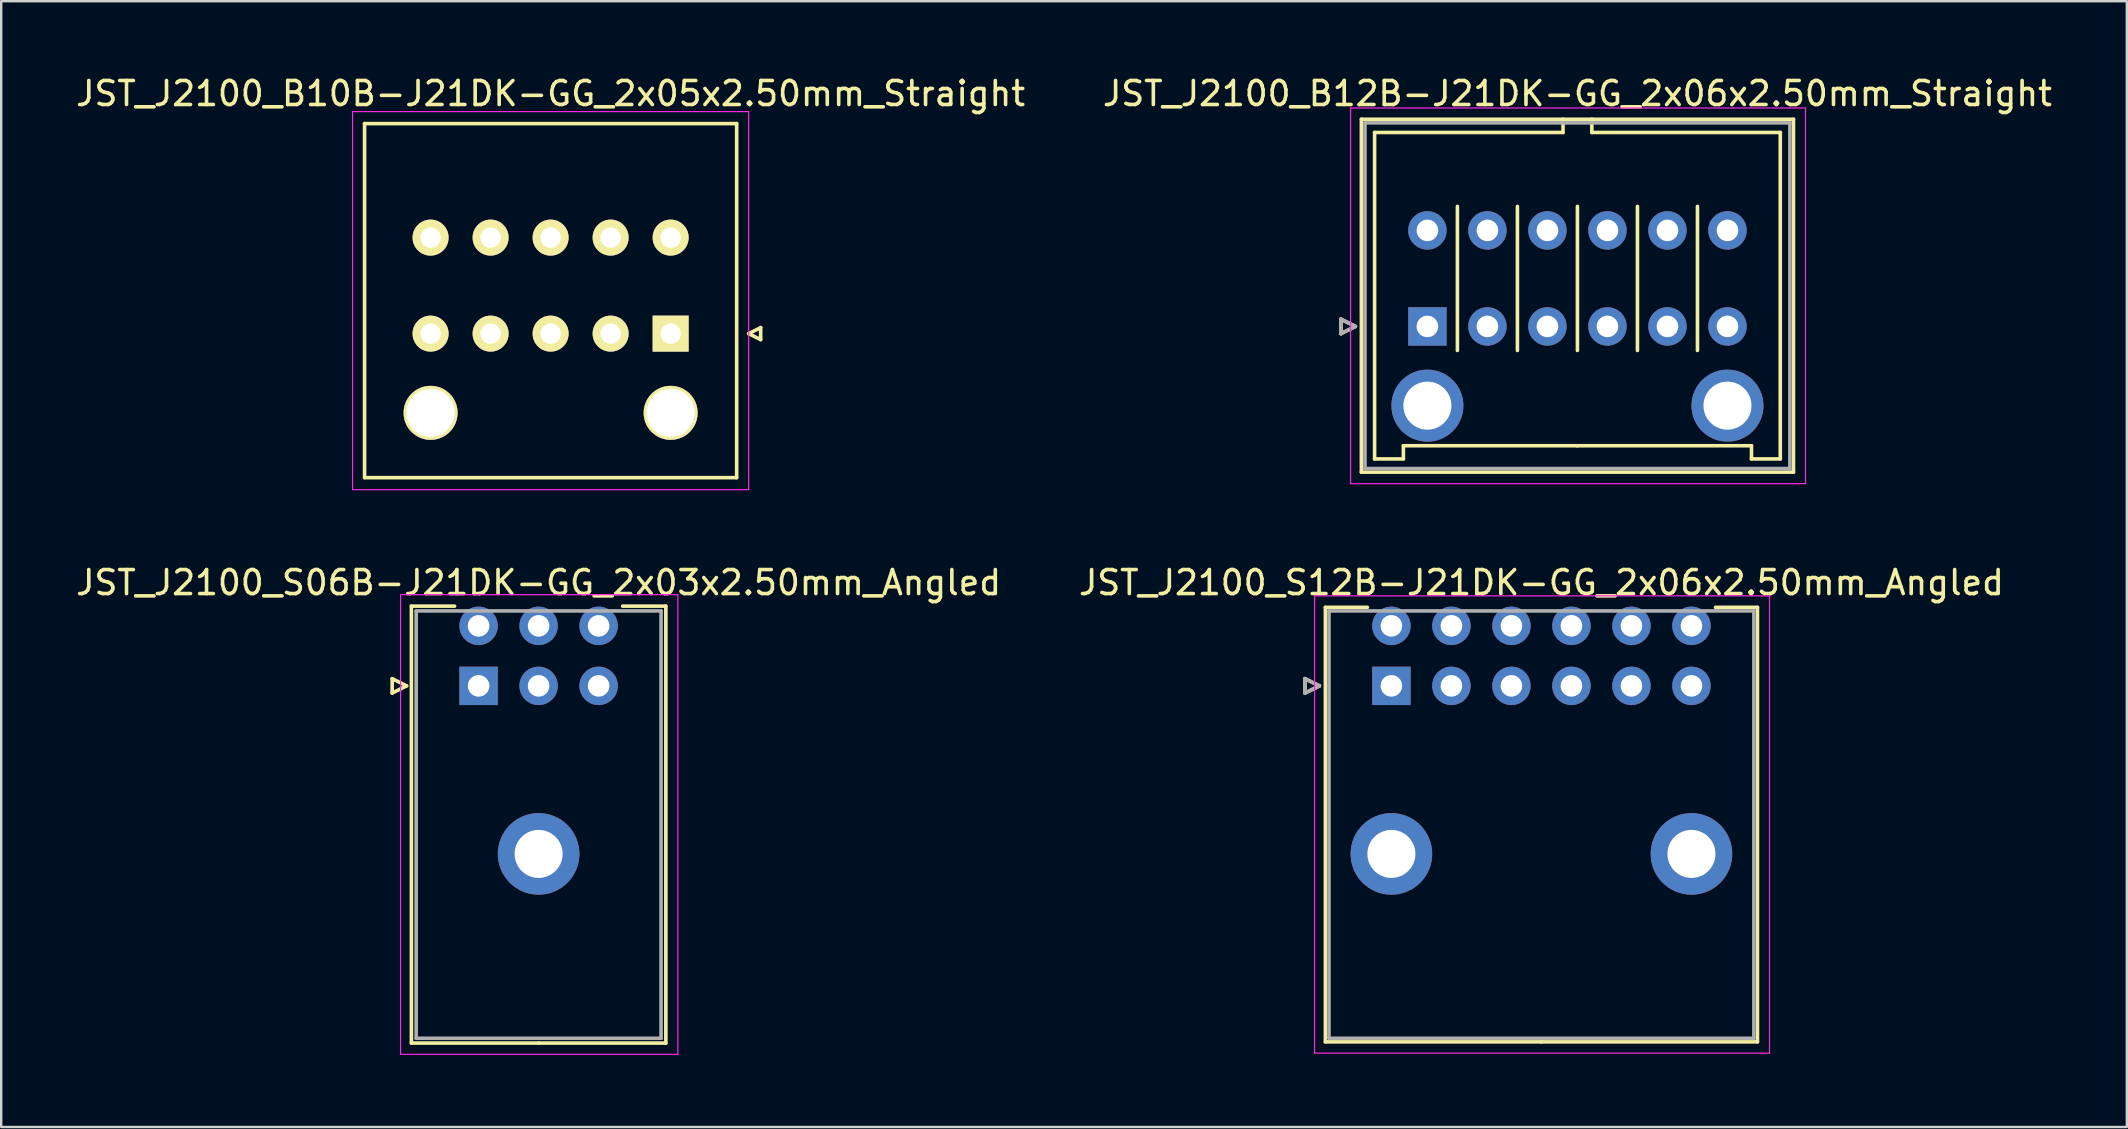
<source format=kicad_pcb>
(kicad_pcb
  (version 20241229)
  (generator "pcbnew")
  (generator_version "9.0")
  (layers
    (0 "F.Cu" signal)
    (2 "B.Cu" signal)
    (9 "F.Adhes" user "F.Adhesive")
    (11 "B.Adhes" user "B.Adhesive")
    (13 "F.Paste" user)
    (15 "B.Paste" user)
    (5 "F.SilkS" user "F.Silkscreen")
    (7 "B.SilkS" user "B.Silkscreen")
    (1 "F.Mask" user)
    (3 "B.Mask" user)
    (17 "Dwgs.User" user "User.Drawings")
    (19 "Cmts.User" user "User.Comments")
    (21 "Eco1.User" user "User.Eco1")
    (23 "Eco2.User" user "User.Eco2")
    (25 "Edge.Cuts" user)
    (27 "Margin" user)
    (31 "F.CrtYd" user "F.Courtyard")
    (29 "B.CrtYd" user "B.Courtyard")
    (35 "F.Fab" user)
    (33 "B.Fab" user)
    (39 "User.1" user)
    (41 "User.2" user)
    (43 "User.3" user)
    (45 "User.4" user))
  (footprint "JST_J2100_B12B-J21DK-GG_2x06x2.50mm_Straight"
    (layer "F.Cu")
    (at 56.411 10.548)
    (property "Reference" "JST_J2100_B12B-J21DK-GG_2x06x2.50mm_Straight" (at 6.25 -9.7 0) (layer "F.SilkS") (effects (font (size 1 1) (thickness 0.15))))
    (attr through_hole)
    (fp_line (start -3.6 -0.3) (end -3 0) (stroke (width 0.15) (type solid)) (layer "F.SilkS"))
    (fp_line (start -3.6 0.3) (end -3.6 -0.3) (stroke (width 0.15) (type solid)) (layer "F.SilkS"))
    (fp_line (start -3 0) (end -3.6 0.3) (stroke (width 0.15) (type solid)) (layer "F.SilkS"))
    (fp_line (start -2.75 -8.63) (end -2.75 6.07) (stroke (width 0.15) (type solid)) (layer "F.SilkS"))
    (fp_line (start -2.75 6.07) (end 15.25 6.07) (stroke (width 0.15) (type solid)) (layer "F.SilkS"))
    (fp_line (start -2.2 -8.08) (end -2.2 5.52) (stroke (width 0.15) (type solid)) (layer "F.SilkS"))
    (fp_line (start -2.2 5.52) (end -1 5.52) (stroke (width 0.15) (type solid)) (layer "F.SilkS"))
    (fp_line (start -1 4.97) (end 6.25 4.97) (stroke (width 0.15) (type solid)) (layer "F.SilkS"))
    (fp_line (start -1 5.52) (end -1 4.97) (stroke (width 0.15) (type solid)) (layer "F.SilkS"))
    (fp_line (start 1.25 1) (end 1.25 -5) (stroke (width 0.15) (type solid)) (layer "F.SilkS"))
    (fp_line (start 3.75 1) (end 3.75 -5) (stroke (width 0.15) (type solid)) (layer "F.SilkS"))
    (fp_line (start 5.65 -8.63) (end 5.65 -8.08) (stroke (width 0.15) (type solid)) (layer "F.SilkS"))
    (fp_line (start 5.65 -8.08) (end -2.2 -8.08) (stroke (width 0.15) (type solid)) (layer "F.SilkS"))
    (fp_line (start 6.25 1) (end 6.25 -5) (stroke (width 0.15) (type solid)) (layer "F.SilkS"))
    (fp_line (start 6.85 -8.63) (end 6.85 -8.08) (stroke (width 0.15) (type solid)) (layer "F.SilkS"))
    (fp_line (start 6.85 -8.08) (end 14.7 -8.08) (stroke (width 0.15) (type solid)) (layer "F.SilkS"))
    (fp_line (start 8.75 1) (end 8.75 -5) (stroke (width 0.15) (type solid)) (layer "F.SilkS"))
    (fp_line (start 11.25 1) (end 11.25 -5) (stroke (width 0.15) (type solid)) (layer "F.SilkS"))
    (fp_line (start 13.5 4.97) (end 6.25 4.97) (stroke (width 0.15) (type solid)) (layer "F.SilkS"))
    (fp_line (start 13.5 5.52) (end 13.5 4.97) (stroke (width 0.15) (type solid)) (layer "F.SilkS"))
    (fp_line (start 14.7 -8.08) (end 14.7 5.52) (stroke (width 0.15) (type solid)) (layer "F.SilkS"))
    (fp_line (start 14.7 5.52) (end 13.5 5.52) (stroke (width 0.15) (type solid)) (layer "F.SilkS"))
    (fp_line (start 15.25 -8.63) (end -2.75 -8.63) (stroke (width 0.15) (type solid)) (layer "F.SilkS"))
    (fp_line (start 15.25 6.07) (end 15.25 -8.63) (stroke (width 0.15) (type solid)) (layer "F.SilkS"))
    (fp_line (start -3.2 -9.1) (end -3.2 6.55) (stroke (width 0.05) (type solid)) (layer "F.CrtYd"))
    (fp_line (start -3.2 6.55) (end 15.75 6.55) (stroke (width 0.05) (type solid)) (layer "F.CrtYd"))
    (fp_line (start 15.75 -9.1) (end -3.2 -9.1) (stroke (width 0.05) (type solid)) (layer "F.CrtYd"))
    (fp_line (start 15.75 6.55) (end 15.75 -9.1) (stroke (width 0.05) (type solid)) (layer "F.CrtYd"))
    (fp_line (start -3.6 -0.3) (end -3 0) (stroke (width 0.15) (type solid)) (layer "F.Fab"))
    (fp_line (start -3.6 0.3) (end -3.6 -0.3) (stroke (width 0.15) (type solid)) (layer "F.Fab"))
    (fp_line (start -3 0) (end -3.6 0.3) (stroke (width 0.15) (type solid)) (layer "F.Fab"))
    (fp_line (start -2.6 -8.48) (end -2.6 5.92) (stroke (width 0.15) (type solid)) (layer "F.Fab"))
    (fp_line (start -2.6 5.92) (end 15.1 5.92) (stroke (width 0.15) (type solid)) (layer "F.Fab"))
    (fp_line (start 15.1 -8.48) (end -2.6 -8.48) (stroke (width 0.15) (type solid)) (layer "F.Fab"))
    (fp_line (start 15.1 5.92) (end 15.1 -8.48) (stroke (width 0.15) (type solid)) (layer "F.Fab"))
    (pad "" thru_hole circle (at 0 3.3) (size 3 3) (drill 2) (layers "*.Cu" "*.Mask"))
    (pad "" thru_hole circle (at 12.5 3.3) (size 3 3) (drill 2) (layers "*.Cu" "*.Mask"))
    (pad "1" thru_hole rect (at 0 0) (size 1.6 1.6) (drill 0.9) (layers "*.Cu" "*.Mask"))
    (pad "2" thru_hole circle (at 0 -4) (size 1.6 1.6) (drill 0.9) (layers "*.Cu" "*.Mask"))
    (pad "3" thru_hole circle (at 2.5 0) (size 1.6 1.6) (drill 0.9) (layers "*.Cu" "*.Mask"))
    (pad "4" thru_hole circle (at 2.5 -4) (size 1.6 1.6) (drill 0.9) (layers "*.Cu" "*.Mask"))
    (pad "5" thru_hole circle (at 5 0) (size 1.6 1.6) (drill 0.9) (layers "*.Cu" "*.Mask"))
    (pad "6" thru_hole circle (at 5 -4) (size 1.6 1.6) (drill 0.9) (layers "*.Cu" "*.Mask"))
    (pad "7" thru_hole circle (at 7.5 0) (size 1.6 1.6) (drill 0.9) (layers "*.Cu" "*.Mask"))
    (pad "8" thru_hole circle (at 7.5 -4) (size 1.6 1.6) (drill 0.9) (layers "*.Cu" "*.Mask"))
    (pad "9" thru_hole circle (at 10 0) (size 1.6 1.6) (drill 0.9) (layers "*.Cu" "*.Mask"))
    (pad "10" thru_hole circle (at 10 -4) (size 1.6 1.6) (drill 0.9) (layers "*.Cu" "*.Mask"))
    (pad "11" thru_hole circle (at 12.5 0) (size 1.6 1.6) (drill 0.9) (layers "*.Cu" "*.Mask"))
    (pad "12" thru_hole circle (at 12.5 -4) (size 1.6 1.6) (drill 0.9) (layers "*.Cu" "*.Mask")))
  (footprint "JST_J2100_S06B-J21DK-GG_2x03x2.50mm_Angled"
    (layer "F.Cu")
    (at 16.887 25.521)
    (property "Reference" "JST_J2100_S06B-J21DK-GG_2x03x2.50mm_Angled" (at 2.5 -4.3 0) (layer "F.SilkS") (effects (font (size 1 1) (thickness 0.15))))
    (attr through_hole)
    (fp_line (start -3.6 -0.3) (end -3 0) (stroke (width 0.15) (type solid)) (layer "F.SilkS"))
    (fp_line (start -3.6 0.3) (end -3.6 -0.3) (stroke (width 0.15) (type solid)) (layer "F.SilkS"))
    (fp_line (start -3 0) (end -3.6 0.3) (stroke (width 0.15) (type solid)) (layer "F.SilkS"))
    (fp_line (start -2.8 -3.32) (end -2.8 14.88) (stroke (width 0.15) (type solid)) (layer "F.SilkS"))
    (fp_line (start -2.8 14.88) (end 2.5 14.88) (stroke (width 0.15) (type solid)) (layer "F.SilkS"))
    (fp_line (start -1 -3.32) (end -2.8 -3.32) (stroke (width 0.15) (type solid)) (layer "F.SilkS"))
    (fp_line (start 6 -3.32) (end 7.8 -3.32) (stroke (width 0.15) (type solid)) (layer "F.SilkS"))
    (fp_line (start 7.8 -3.32) (end 7.8 14.88) (stroke (width 0.15) (type solid)) (layer "F.SilkS"))
    (fp_line (start 7.8 14.88) (end 2.5 14.88) (stroke (width 0.15) (type solid)) (layer "F.SilkS"))
    (fp_line (start -3.25 -3.8) (end -3.25 15.35) (stroke (width 0.05) (type solid)) (layer "F.CrtYd"))
    (fp_line (start -3.25 15.35) (end 8.3 15.35) (stroke (width 0.05) (type solid)) (layer "F.CrtYd"))
    (fp_line (start 8.3 -3.8) (end -3.25 -3.8) (stroke (width 0.05) (type solid)) (layer "F.CrtYd"))
    (fp_line (start 8.3 15.35) (end 8.3 -3.8) (stroke (width 0.05) (type solid)) (layer "F.CrtYd"))
    (fp_line (start -2.6 -3.12) (end -2.6 14.68) (stroke (width 0.15) (type solid)) (layer "F.Fab"))
    (fp_line (start -2.6 14.68) (end 7.6 14.68) (stroke (width 0.15) (type solid)) (layer "F.Fab"))
    (fp_line (start 7.6 -3.12) (end -2.6 -3.12) (stroke (width 0.15) (type solid)) (layer "F.Fab"))
    (fp_line (start 7.6 14.68) (end 7.6 -3.12) (stroke (width 0.15) (type solid)) (layer "F.Fab"))
    (pad "" thru_hole circle (at 2.5 7) (size 3.4 3.4) (drill 2) (layers "*.Cu" "*.Mask"))
    (pad "1" thru_hole rect (at 0 0) (size 1.6 1.6) (drill 0.9) (layers "*.Cu" "*.Mask"))
    (pad "2" thru_hole circle (at 0 -2.5) (size 1.6 1.6) (drill 0.9) (layers "*.Cu" "*.Mask"))
    (pad "3" thru_hole circle (at 2.5 0) (size 1.6 1.6) (drill 0.9) (layers "*.Cu" "*.Mask"))
    (pad "4" thru_hole circle (at 2.5 -2.5) (size 1.6 1.6) (drill 0.9) (layers "*.Cu" "*.Mask"))
    (pad "5" thru_hole circle (at 5 0) (size 1.6 1.6) (drill 0.9) (layers "*.Cu" "*.Mask"))
    (pad "6" thru_hole circle (at 5 -2.5) (size 1.6 1.6) (drill 0.9) (layers "*.Cu" "*.Mask")))
  (footprint "JST_J2100_S12B-J21DK-GG_2x06x2.50mm_Angled"
    (layer "F.Cu")
    (at 54.911 25.521)
    (property "Reference" "JST_J2100_S12B-J21DK-GG_2x06x2.50mm_Angled" (at 6.25 -4.3 0) (layer "F.SilkS") (effects (font (size 1 1) (thickness 0.15))))
    (attr through_hole)
    (fp_line (start -3.6 -0.3) (end -3 0) (stroke (width 0.15) (type solid)) (layer "F.SilkS"))
    (fp_line (start -3.6 0.3) (end -3.6 -0.3) (stroke (width 0.15) (type solid)) (layer "F.SilkS"))
    (fp_line (start -3 0) (end -3.6 0.3) (stroke (width 0.15) (type solid)) (layer "F.SilkS"))
    (fp_line (start -2.75 -3.27) (end -2.75 14.83) (stroke (width 0.15) (type solid)) (layer "F.SilkS"))
    (fp_line (start -2.75 14.83) (end 6.25 14.83) (stroke (width 0.15) (type solid)) (layer "F.SilkS"))
    (fp_line (start -1 -3.27) (end -2.75 -3.27) (stroke (width 0.15) (type solid)) (layer "F.SilkS"))
    (fp_line (start 13.5 -3.27) (end 15.25 -3.27) (stroke (width 0.15) (type solid)) (layer "F.SilkS"))
    (fp_line (start 15.25 -3.27) (end 15.25 14.83) (stroke (width 0.15) (type solid)) (layer "F.SilkS"))
    (fp_line (start 15.25 14.83) (end 6.25 14.83) (stroke (width 0.15) (type solid)) (layer "F.SilkS"))
    (fp_line (start -3.2 -3.75) (end -3.2 15.3) (stroke (width 0.05) (type solid)) (layer "F.CrtYd"))
    (fp_line (start -3.2 15.3) (end 15.75 15.3) (stroke (width 0.05) (type solid)) (layer "F.CrtYd"))
    (fp_line (start 15.75 -3.75) (end -3.2 -3.75) (stroke (width 0.05) (type solid)) (layer "F.CrtYd"))
    (fp_line (start 15.75 15.3) (end 15.75 -3.75) (stroke (width 0.05) (type solid)) (layer "F.CrtYd"))
    (fp_line (start -3.6 -0.3) (end -3 0) (stroke (width 0.15) (type solid)) (layer "F.Fab"))
    (fp_line (start -3.6 0.3) (end -3.6 -0.3) (stroke (width 0.15) (type solid)) (layer "F.Fab"))
    (fp_line (start -3 0) (end -3.6 0.3) (stroke (width 0.15) (type solid)) (layer "F.Fab"))
    (fp_line (start -2.6 -3.12) (end -2.6 14.68) (stroke (width 0.15) (type solid)) (layer "F.Fab"))
    (fp_line (start -2.6 14.68) (end 15.1 14.68) (stroke (width 0.15) (type solid)) (layer "F.Fab"))
    (fp_line (start 15.1 -3.12) (end -2.6 -3.12) (stroke (width 0.15) (type solid)) (layer "F.Fab"))
    (fp_line (start 15.1 14.68) (end 15.1 -3.12) (stroke (width 0.15) (type solid)) (layer "F.Fab"))
    (pad "" thru_hole circle (at 0 7) (size 3.4 3.4) (drill 2) (layers "*.Cu" "*.Mask"))
    (pad "" thru_hole circle (at 12.5 7) (size 3.4 3.4) (drill 2) (layers "*.Cu" "*.Mask"))
    (pad "1" thru_hole rect (at 0 0) (size 1.6 1.6) (drill 0.9) (layers "*.Cu" "*.Mask"))
    (pad "2" thru_hole circle (at 0 -2.5) (size 1.6 1.6) (drill 0.9) (layers "*.Cu" "*.Mask"))
    (pad "3" thru_hole circle (at 2.5 0) (size 1.6 1.6) (drill 0.9) (layers "*.Cu" "*.Mask"))
    (pad "4" thru_hole circle (at 2.5 -2.5) (size 1.6 1.6) (drill 0.9) (layers "*.Cu" "*.Mask"))
    (pad "5" thru_hole circle (at 5 0) (size 1.6 1.6) (drill 0.9) (layers "*.Cu" "*.Mask"))
    (pad "6" thru_hole circle (at 5 -2.5) (size 1.6 1.6) (drill 0.9) (layers "*.Cu" "*.Mask"))
    (pad "7" thru_hole circle (at 7.5 0) (size 1.6 1.6) (drill 0.9) (layers "*.Cu" "*.Mask"))
    (pad "8" thru_hole circle (at 7.5 -2.5) (size 1.6 1.6) (drill 0.9) (layers "*.Cu" "*.Mask"))
    (pad "9" thru_hole circle (at 10 0) (size 1.6 1.6) (drill 0.9) (layers "*.Cu" "*.Mask"))
    (pad "10" thru_hole circle (at 10 -2.5) (size 1.6 1.6) (drill 0.9) (layers "*.Cu" "*.Mask"))
    (pad "11" thru_hole circle (at 12.5 0) (size 1.6 1.6) (drill 0.9) (layers "*.Cu" "*.Mask"))
    (pad "12" thru_hole circle (at 12.5 -2.5) (size 1.6 1.6) (drill 0.9) (layers "*.Cu" "*.Mask")))
  (footprint "JST_J2100_B10B-J21DK-GG_2x05x2.50mm_Straight"
    (layer "F.Cu")
    (at 24.887 10.848)
    (property "Reference" "JST_J2100_B10B-J21DK-GG_2x05x2.50mm_Straight" (at -5 -10 0) (layer "F.SilkS") (effects (font (size 1 1) (thickness 0.15))))
    (attr through_hole)
    (fp_line (start -12.75 6) (end -12.75 -8.75) (stroke (width 0.15) (type solid)) (layer "F.SilkS"))
    (fp_line (start 2.75 -8.75) (end -12.75 -8.75) (stroke (width 0.15) (type solid)) (layer "F.SilkS"))
    (fp_line (start 2.75 -8.75) (end 2.75 6) (stroke (width 0.15) (type solid)) (layer "F.SilkS"))
    (fp_line (start 2.75 6) (end -12.75 6) (stroke (width 0.15) (type solid)) (layer "F.SilkS"))
    (fp_line (start 3.25 0) (end 3.75 -0.25) (stroke (width 0.15) (type solid)) (layer "F.SilkS"))
    (fp_line (start 3.75 -0.25) (end 3.75 0.25) (stroke (width 0.15) (type solid)) (layer "F.SilkS"))
    (fp_line (start 3.75 0.25) (end 3.25 0) (stroke (width 0.15) (type solid)) (layer "F.SilkS"))
    (fp_line (start -13.25 -9.25) (end 3.25 -9.25) (stroke (width 0.05) (type solid)) (layer "F.CrtYd"))
    (fp_line (start -13.25 6.5) (end -13.25 -9.25) (stroke (width 0.05) (type solid)) (layer "F.CrtYd"))
    (fp_line (start 3.25 -9.25) (end 3.25 6.5) (stroke (width 0.05) (type solid)) (layer "F.CrtYd"))
    (fp_line (start 3.25 6.5) (end -13.25 6.5) (stroke (width 0.05) (type solid)) (layer "F.CrtYd"))
    (pad "" thru_hole circle (at -10 3.3) (size 2.25 2.25) (drill 2) (layers "*.Cu" "*.Mask" "F.SilkS"))
    (pad "" thru_hole circle (at 0 3.3) (size 2.25 2.25) (drill 2) (layers "*.Cu" "*.Mask" "F.SilkS"))
    (pad "1" thru_hole rect (at 0 0) (size 1.5 1.5) (drill 0.85) (layers "*.Cu" "*.Mask" "F.SilkS"))
    (pad "2" thru_hole circle (at 0 -4) (size 1.5 1.5) (drill 0.85) (layers "*.Cu" "*.Mask" "F.SilkS"))
    (pad "3" thru_hole circle (at -2.5 0) (size 1.5 1.5) (drill 0.85) (layers "*.Cu" "*.Mask" "F.SilkS"))
    (pad "4" thru_hole circle (at -2.5 -4) (size 1.5 1.5) (drill 0.85) (layers "*.Cu" "*.Mask" "F.SilkS"))
    (pad "5" thru_hole circle (at -5 0) (size 1.5 1.5) (drill 0.85) (layers "*.Cu" "*.Mask" "F.SilkS"))
    (pad "6" thru_hole circle (at -5 -4) (size 1.5 1.5) (drill 0.85) (layers "*.Cu" "*.Mask" "F.SilkS"))
    (pad "7" thru_hole circle (at -7.5 0) (size 1.5 1.5) (drill 0.85) (layers "*.Cu" "*.Mask" "F.SilkS"))
    (pad "8" thru_hole circle (at -7.5 -4) (size 1.5 1.5) (drill 0.85) (layers "*.Cu" "*.Mask" "F.SilkS"))
    (pad "9" thru_hole circle (at -10 0) (size 1.5 1.5) (drill 0.85) (layers "*.Cu" "*.Mask" "F.SilkS"))
    (pad "10" thru_hole circle (at -10 -4) (size 1.5 1.5) (drill 0.85) (layers "*.Cu" "*.Mask" "F.SilkS")))
  (gr_rect
    (start -3 -3)
    (end 85.548 43.897)
    (stroke (width 0.1) (type default))
    (fill no)
    (layer "Edge.Cuts")))
</source>
